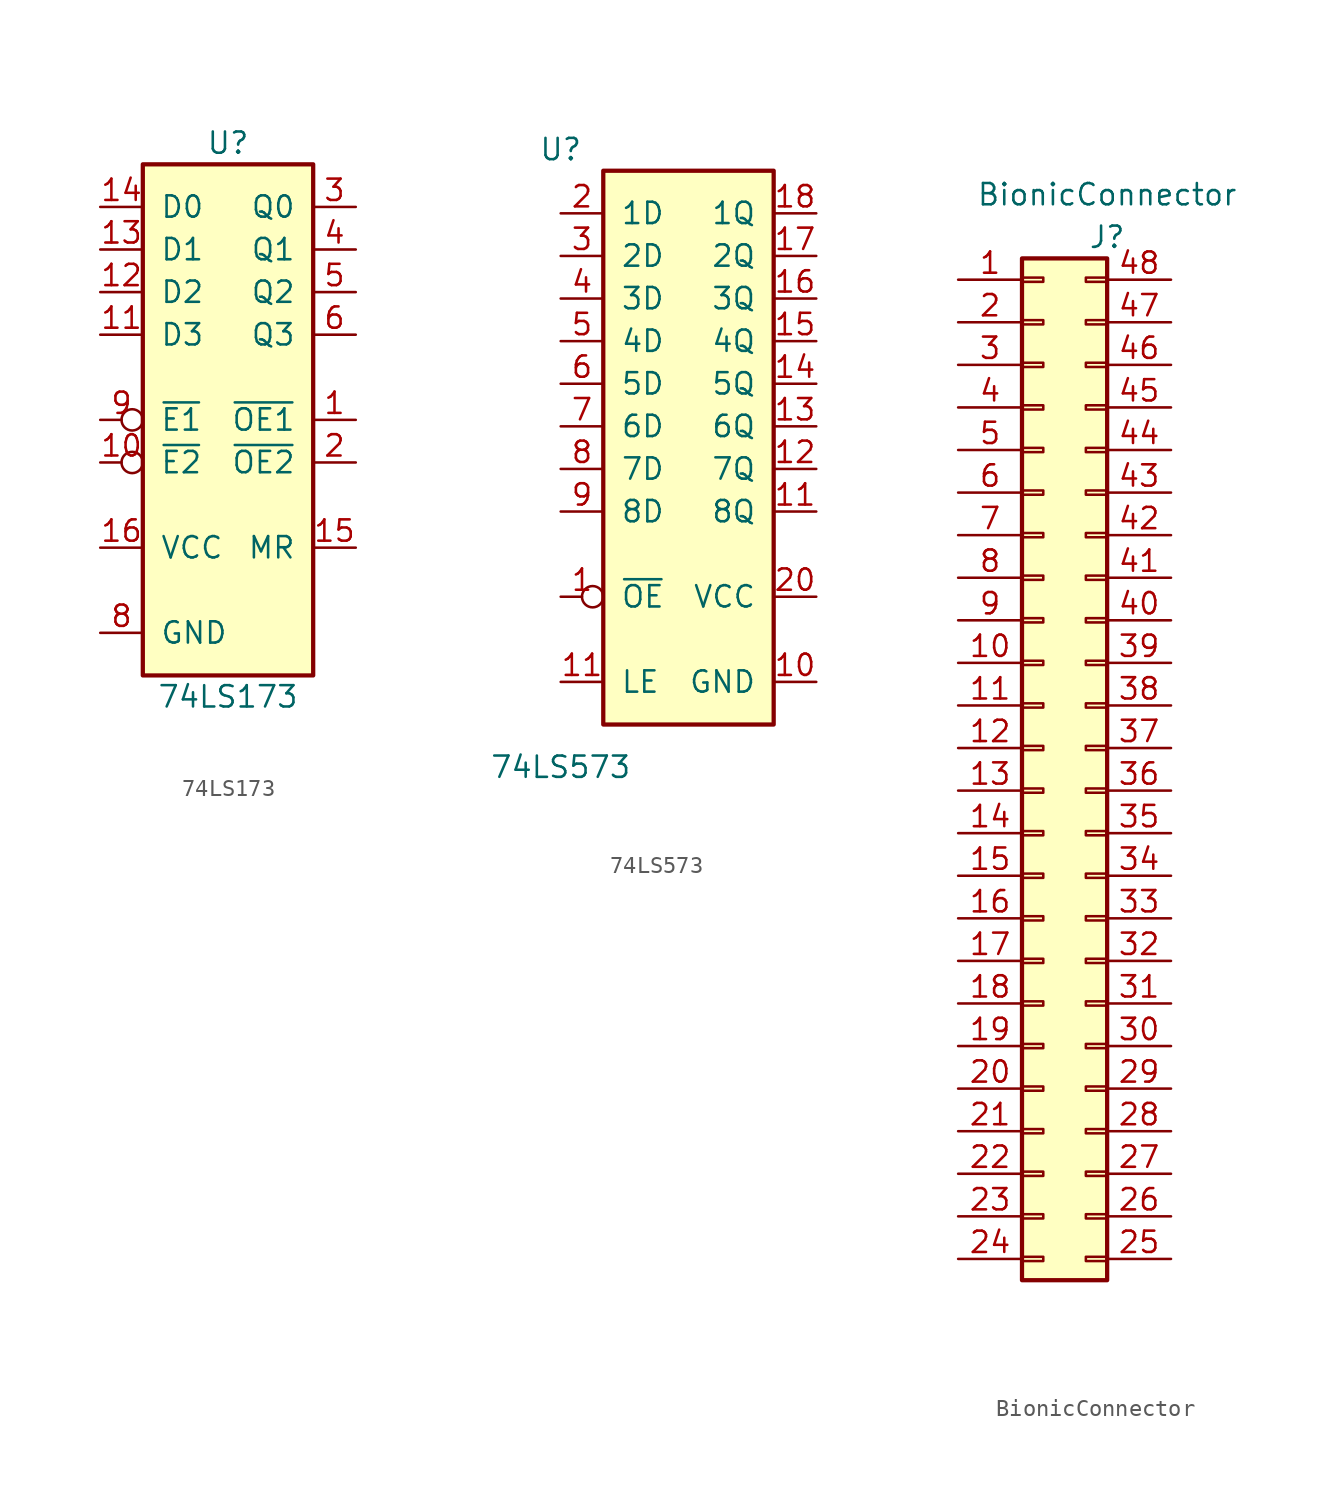
<source format=kicad_sym>
(kicad_symbol_lib
  (version 20211014)
  (generator kicad_symbol_editor)
  (symbol "74LS173"
    (pin_names
      (offset 1.016))
    (property "Reference" "U"
      (at 0 16.51 0)
      (effects (font (size 1.27 1.27))))
    (property "Value" "74LS173"
      (at 0 -16.51 0)
      (effects (font (size 1.27 1.27))))
    (symbol "74LS173_1_0"
      (pin input line (at 7.62 0 180) (length 2.54) (name "~{OE1}" (effects (font (size 1.27 1.27)))) (number "1" (effects (font (size 1.27 1.27)))))
      (pin input inverted (at -7.62 -2.54 0) (length 2.54) (name "~{E2}" (effects (font (size 1.27 1.27)))) (number "10" (effects (font (size 1.27 1.27)))))
      (pin input line (at -7.62 5.08 0) (length 2.54) (name "D3" (effects (font (size 1.27 1.27)))) (number "11" (effects (font (size 1.27 1.27)))))
      (pin input line (at -7.62 7.62 0) (length 2.54) (name "D2" (effects (font (size 1.27 1.27)))) (number "12" (effects (font (size 1.27 1.27)))))
      (pin input line (at -7.62 10.16 0) (length 2.54) (name "D1" (effects (font (size 1.27 1.27)))) (number "13" (effects (font (size 1.27 1.27)))))
      (pin input line (at -7.62 12.7 0) (length 2.54) (name "D0" (effects (font (size 1.27 1.27)))) (number "14" (effects (font (size 1.27 1.27)))))
      (pin input line (at 7.62 -7.62 180) (length 2.54) (name "MR" (effects (font (size 1.27 1.27)))) (number "15" (effects (font (size 1.27 1.27)))))
      (pin power_in line (at -7.62 -7.62 0) (length 2.54) (name "VCC" (effects (font (size 1.27 1.27)))) (number "16" (effects (font (size 1.27 1.27)))))
      (pin input line (at 7.62 -2.54 180) (length 2.54) (name "~{OE2}" (effects (font (size 1.27 1.27)))) (number "2" (effects (font (size 1.27 1.27)))))
      (pin tri_state line (at 7.62 12.7 180) (length 2.54) (name "Q0" (effects (font (size 1.27 1.27)))) (number "3" (effects (font (size 1.27 1.27)))))
      (pin tri_state line (at 7.62 10.16 180) (length 2.54) (name "Q1" (effects (font (size 1.27 1.27)))) (number "4" (effects (font (size 1.27 1.27)))))
      (pin tri_state line (at 7.62 7.62 180) (length 2.54) (name "Q2" (effects (font (size 1.27 1.27)))) (number "5" (effects (font (size 1.27 1.27)))))
      (pin tri_state line (at 7.62 5.08 180) (length 2.54) (name "Q3" (effects (font (size 1.27 1.27)))) (number "6" (effects (font (size 1.27 1.27)))))
      (pin power_in line (at -7.62 -12.7 0) (length 2.54) (name "GND" (effects (font (size 1.27 1.27)))) (number "8" (effects (font (size 1.27 1.27)))))
      (pin input inverted (at -7.62 0 0) (length 2.54) (name "~{E1}" (effects (font (size 1.27 1.27)))) (number "9" (effects (font (size 1.27 1.27))))))
    (symbol "74LS173_1_1"
      (rectangle (start -5.08 15.24) (end 5.08 -15.24) (stroke (width 0.254) (type default) (color 0 0 0 0)) (fill (type background)))))
  (symbol "74LS573"
    (pin_names
      (offset 1.016))
    (property "Reference" "U"
      (at -7.62 16.51 0)
      (effects (font (size 1.27 1.27))))
    (property "Value" "74LS573"
      (at -7.62 -20.32 0)
      (effects (font (size 1.27 1.27))))
    (symbol "74LS573_1_0"
      (pin input inverted (at -7.62 -10.16 0) (length 2.54) (name "~{OE}" (effects (font (size 1.27 1.27)))) (number "1" (effects (font (size 1.27 1.27)))))
      (pin power_in line (at 7.62 -15.24 180) (length 2.54) (name "GND" (effects (font (size 1.27 1.27)))) (number "10" (effects (font (size 1.27 1.27)))))
      (pin output line (at 7.62 -5.08 180) (length 2.54) (name "8Q" (effects (font (size 1.27 1.27)))) (number "11" (effects (font (size 1.27 1.27)))))
      (pin input line (at -7.62 -15.24 0) (length 2.54) (name "LE" (effects (font (size 1.27 1.27)))) (number "11" (effects (font (size 1.27 1.27)))))
      (pin output line (at 7.62 -2.54 180) (length 2.54) (name "7Q" (effects (font (size 1.27 1.27)))) (number "12" (effects (font (size 1.27 1.27)))))
      (pin output line (at 7.62 0 180) (length 2.54) (name "6Q" (effects (font (size 1.27 1.27)))) (number "13" (effects (font (size 1.27 1.27)))))
      (pin output line (at 7.62 2.54 180) (length 2.54) (name "5Q" (effects (font (size 1.27 1.27)))) (number "14" (effects (font (size 1.27 1.27)))))
      (pin output line (at 7.62 5.08 180) (length 2.54) (name "4Q" (effects (font (size 1.27 1.27)))) (number "15" (effects (font (size 1.27 1.27)))))
      (pin output line (at 7.62 7.62 180) (length 2.54) (name "3Q" (effects (font (size 1.27 1.27)))) (number "16" (effects (font (size 1.27 1.27)))))
      (pin output line (at 7.62 10.16 180) (length 2.54) (name "2Q" (effects (font (size 1.27 1.27)))) (number "17" (effects (font (size 1.27 1.27)))))
      (pin output line (at 7.62 12.7 180) (length 2.54) (name "1Q" (effects (font (size 1.27 1.27)))) (number "18" (effects (font (size 1.27 1.27)))))
      (pin input line (at -7.62 12.7 0) (length 2.54) (name "1D" (effects (font (size 1.27 1.27)))) (number "2" (effects (font (size 1.27 1.27)))))
      (pin power_in line (at 7.62 -10.16 180) (length 2.54) (name "VCC" (effects (font (size 1.27 1.27)))) (number "20" (effects (font (size 1.27 1.27)))))
      (pin input line (at -7.62 10.16 0) (length 2.54) (name "2D" (effects (font (size 1.27 1.27)))) (number "3" (effects (font (size 1.27 1.27)))))
      (pin input line (at -7.62 7.62 0) (length 2.54) (name "3D" (effects (font (size 1.27 1.27)))) (number "4" (effects (font (size 1.27 1.27)))))
      (pin input line (at -7.62 5.08 0) (length 2.54) (name "4D" (effects (font (size 1.27 1.27)))) (number "5" (effects (font (size 1.27 1.27)))))
      (pin input line (at -7.62 2.54 0) (length 2.54) (name "5D" (effects (font (size 1.27 1.27)))) (number "6" (effects (font (size 1.27 1.27)))))
      (pin input line (at -7.62 0 0) (length 2.54) (name "6D" (effects (font (size 1.27 1.27)))) (number "7" (effects (font (size 1.27 1.27)))))
      (pin input line (at -7.62 -2.54 0) (length 2.54) (name "7D" (effects (font (size 1.27 1.27)))) (number "8" (effects (font (size 1.27 1.27)))))
      (pin input line (at -7.62 -5.08 0) (length 2.54) (name "8D" (effects (font (size 1.27 1.27)))) (number "9" (effects (font (size 1.27 1.27))))))
    (symbol "74LS573_1_1"
      (rectangle (start -5.08 15.24) (end 5.08 -17.78) (stroke (width 0.254) (type default) (color 0 0 0 0)) (fill (type background)))))
  (symbol "BionicConnector"
    (pin_names
      (offset 0) hide)
    (property "Reference" "J"
      (at 3.81 30.48 0)
      (effects (font (size 1.27 1.27))))
    (property "Value" "BionicConnector"
      (at 3.81 33.02 0)
      (effects (font (size 1.27 1.27))))
    (symbol "BionicConnector_1_1"
      (rectangle (start -1.27 -30.353) (end 0 -30.607) (stroke (width 0.152) (type default) (color 0 0 0 0)) (fill (type none)))
      (rectangle (start -1.27 -27.813) (end 0 -28.067) (stroke (width 0.152) (type default) (color 0 0 0 0)) (fill (type none)))
      (rectangle (start -1.27 -25.273) (end 0 -25.527) (stroke (width 0.152) (type default) (color 0 0 0 0)) (fill (type none)))
      (rectangle (start -1.27 -22.733) (end 0 -22.987) (stroke (width 0.152) (type default) (color 0 0 0 0)) (fill (type none)))
      (rectangle (start -1.27 -20.193) (end 0 -20.447) (stroke (width 0.152) (type default) (color 0 0 0 0)) (fill (type none)))
      (rectangle (start -1.27 -17.653) (end 0 -17.907) (stroke (width 0.152) (type default) (color 0 0 0 0)) (fill (type none)))
      (rectangle (start -1.27 -15.113) (end 0 -15.367) (stroke (width 0.152) (type default) (color 0 0 0 0)) (fill (type none)))
      (rectangle (start -1.27 -12.573) (end 0 -12.827) (stroke (width 0.152) (type default) (color 0 0 0 0)) (fill (type none)))
      (rectangle (start -1.27 -10.033) (end 0 -10.287) (stroke (width 0.152) (type default) (color 0 0 0 0)) (fill (type none)))
      (rectangle (start -1.27 -7.493) (end 0 -7.747) (stroke (width 0.152) (type default) (color 0 0 0 0)) (fill (type none)))
      (rectangle (start -1.27 -4.953) (end 0 -5.207) (stroke (width 0.152) (type default) (color 0 0 0 0)) (fill (type none)))
      (rectangle (start -1.27 -2.413) (end 0 -2.667) (stroke (width 0.152) (type default) (color 0 0 0 0)) (fill (type none)))
      (rectangle (start -1.27 0.127) (end 0 -0.127) (stroke (width 0.152) (type default) (color 0 0 0 0)) (fill (type none)))
      (rectangle (start -1.27 2.667) (end 0 2.413) (stroke (width 0.152) (type default) (color 0 0 0 0)) (fill (type none)))
      (rectangle (start -1.27 5.207) (end 0 4.953) (stroke (width 0.152) (type default) (color 0 0 0 0)) (fill (type none)))
      (rectangle (start -1.27 7.747) (end 0 7.493) (stroke (width 0.152) (type default) (color 0 0 0 0)) (fill (type none)))
      (rectangle (start -1.27 10.287) (end 0 10.033) (stroke (width 0.152) (type default) (color 0 0 0 0)) (fill (type none)))
      (rectangle (start -1.27 12.827) (end 0 12.573) (stroke (width 0.152) (type default) (color 0 0 0 0)) (fill (type none)))
      (rectangle (start -1.27 15.367) (end 0 15.113) (stroke (width 0.152) (type default) (color 0 0 0 0)) (fill (type none)))
      (rectangle (start -1.27 17.907) (end 0 17.653) (stroke (width 0.152) (type default) (color 0 0 0 0)) (fill (type none)))
      (rectangle (start -1.27 20.447) (end 0 20.193) (stroke (width 0.152) (type default) (color 0 0 0 0)) (fill (type none)))
      (rectangle (start -1.27 22.987) (end 0 22.733) (stroke (width 0.152) (type default) (color 0 0 0 0)) (fill (type none)))
      (rectangle (start -1.27 25.527) (end 0 25.273) (stroke (width 0.152) (type default) (color 0 0 0 0)) (fill (type none)))
      (rectangle (start -1.27 28.067) (end 0 27.813) (stroke (width 0.152) (type default) (color 0 0 0 0)) (fill (type none)))
      (rectangle (start -1.27 29.21) (end 3.81 -31.75) (stroke (width 0.254) (type default) (color 0 0 0 0)) (fill (type background)))
      (rectangle (start 3.81 -30.353) (end 2.54 -30.607) (stroke (width 0.152) (type default) (color 0 0 0 0)) (fill (type none)))
      (rectangle (start 3.81 -27.813) (end 2.54 -28.067) (stroke (width 0.152) (type default) (color 0 0 0 0)) (fill (type none)))
      (rectangle (start 3.81 -25.273) (end 2.54 -25.527) (stroke (width 0.152) (type default) (color 0 0 0 0)) (fill (type none)))
      (rectangle (start 3.81 -22.733) (end 2.54 -22.987) (stroke (width 0.152) (type default) (color 0 0 0 0)) (fill (type none)))
      (rectangle (start 3.81 -20.193) (end 2.54 -20.447) (stroke (width 0.152) (type default) (color 0 0 0 0)) (fill (type none)))
      (rectangle (start 3.81 -17.653) (end 2.54 -17.907) (stroke (width 0.152) (type default) (color 0 0 0 0)) (fill (type none)))
      (rectangle (start 3.81 -15.113) (end 2.54 -15.367) (stroke (width 0.152) (type default) (color 0 0 0 0)) (fill (type none)))
      (rectangle (start 3.81 -12.573) (end 2.54 -12.827) (stroke (width 0.152) (type default) (color 0 0 0 0)) (fill (type none)))
      (rectangle (start 3.81 -10.033) (end 2.54 -10.287) (stroke (width 0.152) (type default) (color 0 0 0 0)) (fill (type none)))
      (rectangle (start 3.81 -7.493) (end 2.54 -7.747) (stroke (width 0.152) (type default) (color 0 0 0 0)) (fill (type none)))
      (rectangle (start 3.81 -4.953) (end 2.54 -5.207) (stroke (width 0.152) (type default) (color 0 0 0 0)) (fill (type none)))
      (rectangle (start 3.81 -2.413) (end 2.54 -2.667) (stroke (width 0.152) (type default) (color 0 0 0 0)) (fill (type none)))
      (rectangle (start 3.81 0.127) (end 2.54 -0.127) (stroke (width 0.152) (type default) (color 0 0 0 0)) (fill (type none)))
      (rectangle (start 3.81 2.667) (end 2.54 2.413) (stroke (width 0.152) (type default) (color 0 0 0 0)) (fill (type none)))
      (rectangle (start 3.81 5.207) (end 2.54 4.953) (stroke (width 0.152) (type default) (color 0 0 0 0)) (fill (type none)))
      (rectangle (start 3.81 7.747) (end 2.54 7.493) (stroke (width 0.152) (type default) (color 0 0 0 0)) (fill (type none)))
      (rectangle (start 3.81 10.287) (end 2.54 10.033) (stroke (width 0.152) (type default) (color 0 0 0 0)) (fill (type none)))
      (rectangle (start 3.81 12.827) (end 2.54 12.573) (stroke (width 0.152) (type default) (color 0 0 0 0)) (fill (type none)))
      (rectangle (start 3.81 15.367) (end 2.54 15.113) (stroke (width 0.152) (type default) (color 0 0 0 0)) (fill (type none)))
      (rectangle (start 3.81 17.907) (end 2.54 17.653) (stroke (width 0.152) (type default) (color 0 0 0 0)) (fill (type none)))
      (rectangle (start 3.81 20.447) (end 2.54 20.193) (stroke (width 0.152) (type default) (color 0 0 0 0)) (fill (type none)))
      (rectangle (start 3.81 22.987) (end 2.54 22.733) (stroke (width 0.152) (type default) (color 0 0 0 0)) (fill (type none)))
      (rectangle (start 3.81 25.527) (end 2.54 25.273) (stroke (width 0.152) (type default) (color 0 0 0 0)) (fill (type none)))
      (rectangle (start 3.81 28.067) (end 2.54 27.813) (stroke (width 0.152) (type default) (color 0 0 0 0)) (fill (type none)))
      (pin power_out line (at -5.08 27.94 0) (length 3.81) (name "GND" (effects (font (size 1.27 1.27)))) (number "1" (effects (font (size 1.27 1.27)))))
      (pin bidirectional line (at -5.08 5.08 0) (length 3.81) (name "E0" (effects (font (size 1.27 1.27)))) (number "10" (effects (font (size 1.27 1.27)))))
      (pin bidirectional line (at -5.08 2.54 0) (length 3.81) (name "P20" (effects (font (size 1.27 1.27)))) (number "11" (effects (font (size 1.27 1.27)))))
      (pin bidirectional line (at -5.08 0 0) (length 3.81) (name "P21" (effects (font (size 1.27 1.27)))) (number "12" (effects (font (size 1.27 1.27)))))
      (pin bidirectional line (at -5.08 -2.54 0) (length 3.81) (name "P22" (effects (font (size 1.27 1.27)))) (number "13" (effects (font (size 1.27 1.27)))))
      (pin bidirectional line (at -5.08 -5.08 0) (length 3.81) (name "P23" (effects (font (size 1.27 1.27)))) (number "14" (effects (font (size 1.27 1.27)))))
      (pin bidirectional line (at -5.08 -7.62 0) (length 3.81) (name "P24" (effects (font (size 1.27 1.27)))) (number "15" (effects (font (size 1.27 1.27)))))
      (pin bidirectional line (at -5.08 -10.16 0) (length 3.81) (name "P25" (effects (font (size 1.27 1.27)))) (number "16" (effects (font (size 1.27 1.27)))))
      (pin bidirectional line (at -5.08 -12.7 0) (length 3.81) (name "P26" (effects (font (size 1.27 1.27)))) (number "17" (effects (font (size 1.27 1.27)))))
      (pin bidirectional line (at -5.08 -15.24 0) (length 3.81) (name "P27" (effects (font (size 1.27 1.27)))) (number "18" (effects (font (size 1.27 1.27)))))
      (pin bidirectional line (at -5.08 -17.78 0) (length 3.81) (name "E2" (effects (font (size 1.27 1.27)))) (number "19" (effects (font (size 1.27 1.27)))))
      (pin bidirectional line (at -5.08 25.4 0) (length 3.81) (name "P10" (effects (font (size 1.27 1.27)))) (number "2" (effects (font (size 1.27 1.27)))))
      (pin bidirectional line (at -5.08 -20.32 0) (length 3.81) (name "P50" (effects (font (size 1.27 1.27)))) (number "20" (effects (font (size 1.27 1.27)))))
      (pin bidirectional line (at -5.08 -22.86 0) (length 3.81) (name "P51" (effects (font (size 1.27 1.27)))) (number "21" (effects (font (size 1.27 1.27)))))
      (pin bidirectional line (at -5.08 -25.4 0) (length 3.81) (name "P52" (effects (font (size 1.27 1.27)))) (number "22" (effects (font (size 1.27 1.27)))))
      (pin bidirectional line (at -5.08 -27.94 0) (length 3.81) (name "P53" (effects (font (size 1.27 1.27)))) (number "23" (effects (font (size 1.27 1.27)))))
      (pin power_out line (at -5.08 -30.48 0) (length 3.81) (name "VCC" (effects (font (size 1.27 1.27)))) (number "24" (effects (font (size 1.27 1.27)))))
      (pin power_in line (at 7.62 -30.48 180) (length 3.81) (name "VCC" (effects (font (size 1.27 1.27)))) (number "25" (effects (font (size 1.27 1.27)))))
      (pin bidirectional line (at 7.62 -27.94 180) (length 3.81) (name "P57" (effects (font (size 1.27 1.27)))) (number "26" (effects (font (size 1.27 1.27)))))
      (pin bidirectional line (at 7.62 -25.4 180) (length 3.81) (name "P56" (effects (font (size 1.27 1.27)))) (number "27" (effects (font (size 1.27 1.27)))))
      (pin bidirectional line (at 7.62 -22.86 180) (length 3.81) (name "P55" (effects (font (size 1.27 1.27)))) (number "28" (effects (font (size 1.27 1.27)))))
      (pin bidirectional line (at 7.62 -20.32 180) (length 3.81) (name "P54" (effects (font (size 1.27 1.27)))) (number "29" (effects (font (size 1.27 1.27)))))
      (pin bidirectional line (at -5.08 22.86 0) (length 3.81) (name "P11" (effects (font (size 1.27 1.27)))) (number "3" (effects (font (size 1.27 1.27)))))
      (pin bidirectional line (at 7.62 -17.78 180) (length 3.81) (name "E3" (effects (font (size 1.27 1.27)))) (number "30" (effects (font (size 1.27 1.27)))))
      (pin bidirectional line (at 7.62 -15.24 180) (length 3.81) (name "P47" (effects (font (size 1.27 1.27)))) (number "31" (effects (font (size 1.27 1.27)))))
      (pin bidirectional line (at 7.62 -12.7 180) (length 3.81) (name "P46" (effects (font (size 1.27 1.27)))) (number "32" (effects (font (size 1.27 1.27)))))
      (pin bidirectional line (at 7.62 -10.16 180) (length 3.81) (name "P45" (effects (font (size 1.27 1.27)))) (number "33" (effects (font (size 1.27 1.27)))))
      (pin bidirectional line (at 7.62 -7.62 180) (length 3.81) (name "P44" (effects (font (size 1.27 1.27)))) (number "34" (effects (font (size 1.27 1.27)))))
      (pin bidirectional line (at 7.62 -5.08 180) (length 3.81) (name "P43" (effects (font (size 1.27 1.27)))) (number "35" (effects (font (size 1.27 1.27)))))
      (pin bidirectional line (at 7.62 -2.54 180) (length 3.81) (name "P42" (effects (font (size 1.27 1.27)))) (number "36" (effects (font (size 1.27 1.27)))))
      (pin bidirectional line (at 7.62 0 180) (length 3.81) (name "P41" (effects (font (size 1.27 1.27)))) (number "37" (effects (font (size 1.27 1.27)))))
      (pin bidirectional line (at 7.62 2.54 180) (length 3.81) (name "P40" (effects (font (size 1.27 1.27)))) (number "38" (effects (font (size 1.27 1.27)))))
      (pin bidirectional line (at 7.62 5.08 180) (length 3.81) (name "E1" (effects (font (size 1.27 1.27)))) (number "39" (effects (font (size 1.27 1.27)))))
      (pin bidirectional line (at -5.08 20.32 0) (length 3.81) (name "P12" (effects (font (size 1.27 1.27)))) (number "4" (effects (font (size 1.27 1.27)))))
      (pin bidirectional line (at 7.62 7.62 180) (length 3.81) (name "P37" (effects (font (size 1.27 1.27)))) (number "40" (effects (font (size 1.27 1.27)))))
      (pin bidirectional line (at 7.62 10.16 180) (length 3.81) (name "P36" (effects (font (size 1.27 1.27)))) (number "41" (effects (font (size 1.27 1.27)))))
      (pin bidirectional line (at 7.62 12.7 180) (length 3.81) (name "P35" (effects (font (size 1.27 1.27)))) (number "42" (effects (font (size 1.27 1.27)))))
      (pin bidirectional line (at 7.62 15.24 180) (length 3.81) (name "P34" (effects (font (size 1.27 1.27)))) (number "43" (effects (font (size 1.27 1.27)))))
      (pin bidirectional line (at 7.62 17.78 180) (length 3.81) (name "P33" (effects (font (size 1.27 1.27)))) (number "44" (effects (font (size 1.27 1.27)))))
      (pin bidirectional line (at 7.62 20.32 180) (length 3.81) (name "P32" (effects (font (size 1.27 1.27)))) (number "45" (effects (font (size 1.27 1.27)))))
      (pin bidirectional line (at 7.62 22.86 180) (length 3.81) (name "P31" (effects (font (size 1.27 1.27)))) (number "46" (effects (font (size 1.27 1.27)))))
      (pin bidirectional line (at 7.62 25.4 180) (length 3.81) (name "P30" (effects (font (size 1.27 1.27)))) (number "47" (effects (font (size 1.27 1.27)))))
      (pin power_in line (at 7.62 27.94 180) (length 3.81) (name "GND" (effects (font (size 1.27 1.27)))) (number "48" (effects (font (size 1.27 1.27)))))
      (pin bidirectional line (at -5.08 17.78 0) (length 3.81) (name "P13" (effects (font (size 1.27 1.27)))) (number "5" (effects (font (size 1.27 1.27)))))
      (pin bidirectional line (at -5.08 15.24 0) (length 3.81) (name "P14" (effects (font (size 1.27 1.27)))) (number "6" (effects (font (size 1.27 1.27)))))
      (pin bidirectional line (at -5.08 12.7 0) (length 3.81) (name "P15" (effects (font (size 1.27 1.27)))) (number "7" (effects (font (size 1.27 1.27)))))
      (pin bidirectional line (at -5.08 10.16 0) (length 3.81) (name "P16" (effects (font (size 1.27 1.27)))) (number "8" (effects (font (size 1.27 1.27)))))
      (pin bidirectional line (at -5.08 7.62 0) (length 3.81) (name "P17" (effects (font (size 1.27 1.27)))) (number "9" (effects (font (size 1.27 1.27))))))))
</source>
